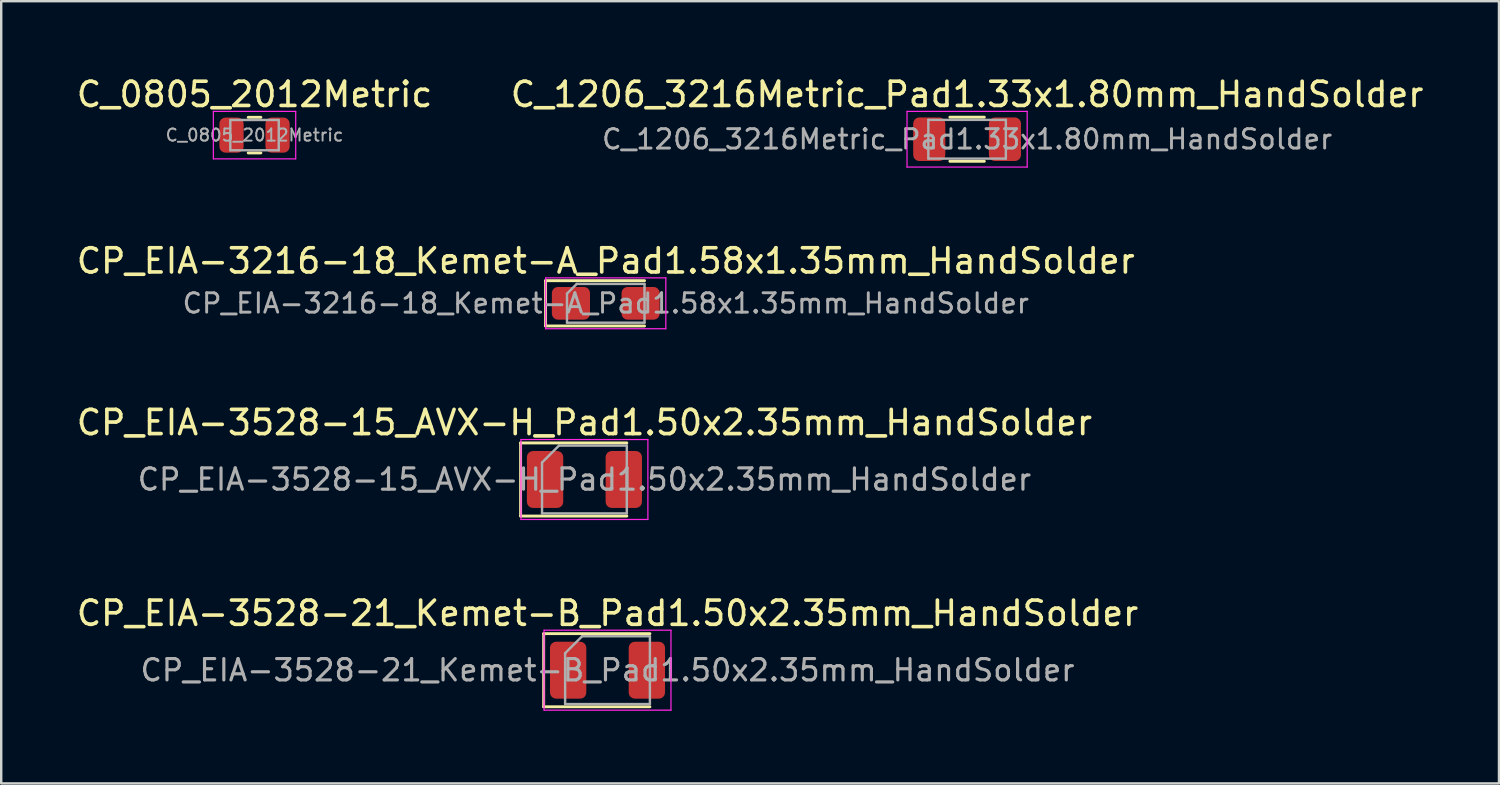
<source format=kicad_pcb>
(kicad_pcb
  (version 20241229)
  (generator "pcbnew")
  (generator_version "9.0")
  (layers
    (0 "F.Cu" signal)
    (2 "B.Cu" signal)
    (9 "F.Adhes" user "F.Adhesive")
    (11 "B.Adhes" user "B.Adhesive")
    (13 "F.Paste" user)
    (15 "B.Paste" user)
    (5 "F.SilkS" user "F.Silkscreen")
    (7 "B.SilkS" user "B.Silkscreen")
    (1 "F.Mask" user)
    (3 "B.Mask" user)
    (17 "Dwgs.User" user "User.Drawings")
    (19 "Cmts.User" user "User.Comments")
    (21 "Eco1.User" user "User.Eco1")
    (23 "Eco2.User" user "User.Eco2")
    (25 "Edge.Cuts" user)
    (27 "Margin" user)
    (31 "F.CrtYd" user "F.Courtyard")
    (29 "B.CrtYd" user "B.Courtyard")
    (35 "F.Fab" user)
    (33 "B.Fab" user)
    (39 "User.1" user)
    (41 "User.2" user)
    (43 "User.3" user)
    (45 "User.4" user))
  (footprint "C_0805_2012Metric"
    (layer "F.Cu")
    (at 7.458 2.528)
    (property "Reference" "C_0805_2012Metric" (at 0 -1.68 0) (layer "F.SilkS") (effects (font (size 1 1) (thickness 0.15))))
    (attr smd)
    (fp_line (start -0.261 -0.735) (end 0.261 -0.735) (stroke (width 0.12) (type solid)) (layer "F.SilkS"))
    (fp_line (start -0.261 0.735) (end 0.261 0.735) (stroke (width 0.12) (type solid)) (layer "F.SilkS"))
    (fp_line (start -1.7 -0.98) (end 1.7 -0.98) (stroke (width 0.05) (type solid)) (layer "F.CrtYd"))
    (fp_line (start -1.7 0.98) (end -1.7 -0.98) (stroke (width 0.05) (type solid)) (layer "F.CrtYd"))
    (fp_line (start 1.7 -0.98) (end 1.7 0.98) (stroke (width 0.05) (type solid)) (layer "F.CrtYd"))
    (fp_line (start 1.7 0.98) (end -1.7 0.98) (stroke (width 0.05) (type solid)) (layer "F.CrtYd"))
    (fp_line (start -1 -0.625) (end 1 -0.625) (stroke (width 0.1) (type solid)) (layer "F.Fab"))
    (fp_line (start -1 0.625) (end -1 -0.625) (stroke (width 0.1) (type solid)) (layer "F.Fab"))
    (fp_line (start 1 -0.625) (end 1 0.625) (stroke (width 0.1) (type solid)) (layer "F.Fab"))
    (fp_line (start 1 0.625) (end -1 0.625) (stroke (width 0.1) (type solid)) (layer "F.Fab"))
    (fp_text user "${REFERENCE}" (at 0 0 0) (layer "F.Fab") (effects (font (size 0.5 0.5) (thickness 0.08))))
    (pad "1" smd roundrect (at -0.95 0) (size 1 1.45) (layers "F.Cu" "F.Mask" "F.Paste") (roundrect_rratio 0.25))
    (pad "2" smd roundrect (at 0.95 0) (size 1 1.45) (layers "F.Cu" "F.Mask" "F.Paste") (roundrect_rratio 0.25)))
  (footprint "CP_EIA-3216-18_Kemet-A_Pad1.58x1.35mm_HandSolder"
    (layer "F.Cu")
    (at 21.958 9.472)
    (property "Reference" "CP_EIA-3216-18_Kemet-A_Pad1.58x1.35mm_HandSolder" (at 0 -1.75 0) (layer "F.SilkS") (effects (font (size 1 1) (thickness 0.15))))
    (attr smd)
    (fp_line (start -2.485 -0.935) (end -2.485 0.935) (stroke (width 0.12) (type solid)) (layer "F.SilkS"))
    (fp_line (start -2.485 0.935) (end 1.6 0.935) (stroke (width 0.12) (type solid)) (layer "F.SilkS"))
    (fp_line (start 1.6 -0.935) (end -2.485 -0.935) (stroke (width 0.12) (type solid)) (layer "F.SilkS"))
    (fp_line (start -2.48 -1.05) (end 2.48 -1.05) (stroke (width 0.05) (type solid)) (layer "F.CrtYd"))
    (fp_line (start -2.48 1.05) (end -2.48 -1.05) (stroke (width 0.05) (type solid)) (layer "F.CrtYd"))
    (fp_line (start 2.48 -1.05) (end 2.48 1.05) (stroke (width 0.05) (type solid)) (layer "F.CrtYd"))
    (fp_line (start 2.48 1.05) (end -2.48 1.05) (stroke (width 0.05) (type solid)) (layer "F.CrtYd"))
    (fp_line (start -1.6 -0.4) (end -1.6 0.8) (stroke (width 0.1) (type solid)) (layer "F.Fab"))
    (fp_line (start -1.6 0.8) (end 1.6 0.8) (stroke (width 0.1) (type solid)) (layer "F.Fab"))
    (fp_line (start -1.2 -0.8) (end -1.6 -0.4) (stroke (width 0.1) (type solid)) (layer "F.Fab"))
    (fp_line (start 1.6 -0.8) (end -1.2 -0.8) (stroke (width 0.1) (type solid)) (layer "F.Fab"))
    (fp_line (start 1.6 0.8) (end 1.6 -0.8) (stroke (width 0.1) (type solid)) (layer "F.Fab"))
    (fp_text user "${REFERENCE}" (at 0 0 0) (layer "F.Fab") (effects (font (size 0.8 0.8) (thickness 0.12))))
    (pad "1" smd roundrect (at -1.438 0) (size 1.575 1.35) (layers "F.Cu" "F.Mask" "F.Paste") (roundrect_rratio 0.185))
    (pad "2" smd roundrect (at 1.438 0) (size 1.575 1.35) (layers "F.Cu" "F.Mask" "F.Paste") (roundrect_rratio 0.185)))
  (footprint "CP_EIA-3528-21_Kemet-B_Pad1.50x2.35mm_HandSolder"
    (layer "F.Cu")
    (at 22.03 24.618)
    (property "Reference" "CP_EIA-3528-21_Kemet-B_Pad1.50x2.35mm_HandSolder" (at 0 -2.35 0) (layer "F.SilkS") (effects (font (size 1 1) (thickness 0.15))))
    (attr smd)
    (fp_line (start -2.635 -1.51) (end -2.635 1.51) (stroke (width 0.12) (type solid)) (layer "F.SilkS"))
    (fp_line (start -2.635 1.51) (end 1.75 1.51) (stroke (width 0.12) (type solid)) (layer "F.SilkS"))
    (fp_line (start 1.75 -1.51) (end -2.635 -1.51) (stroke (width 0.12) (type solid)) (layer "F.SilkS"))
    (fp_line (start -2.62 -1.65) (end 2.62 -1.65) (stroke (width 0.05) (type solid)) (layer "F.CrtYd"))
    (fp_line (start -2.62 1.65) (end -2.62 -1.65) (stroke (width 0.05) (type solid)) (layer "F.CrtYd"))
    (fp_line (start 2.62 -1.65) (end 2.62 1.65) (stroke (width 0.05) (type solid)) (layer "F.CrtYd"))
    (fp_line (start 2.62 1.65) (end -2.62 1.65) (stroke (width 0.05) (type solid)) (layer "F.CrtYd"))
    (fp_line (start -1.75 -0.7) (end -1.75 1.4) (stroke (width 0.1) (type solid)) (layer "F.Fab"))
    (fp_line (start -1.75 1.4) (end 1.75 1.4) (stroke (width 0.1) (type solid)) (layer "F.Fab"))
    (fp_line (start -1.05 -1.4) (end -1.75 -0.7) (stroke (width 0.1) (type solid)) (layer "F.Fab"))
    (fp_line (start 1.75 -1.4) (end -1.05 -1.4) (stroke (width 0.1) (type solid)) (layer "F.Fab"))
    (fp_line (start 1.75 1.4) (end 1.75 -1.4) (stroke (width 0.1) (type solid)) (layer "F.Fab"))
    (fp_text user "${REFERENCE}" (at 0 0 0) (layer "F.Fab") (effects (font (size 0.88 0.88) (thickness 0.13))))
    (pad "1" smd roundrect (at -1.625 0) (size 1.5 2.35) (layers "F.Cu" "F.Mask" "F.Paste") (roundrect_rratio 0.167))
    (pad "2" smd roundrect (at 1.625 0) (size 1.5 2.35) (layers "F.Cu" "F.Mask" "F.Paste") (roundrect_rratio 0.167)))
  (footprint "CP_EIA-3528-15_AVX-H_Pad1.50x2.35mm_HandSolder"
    (layer "F.Cu")
    (at 21.077 16.745)
    (property "Reference" "CP_EIA-3528-15_AVX-H_Pad1.50x2.35mm_HandSolder" (at 0 -2.35 0) (layer "F.SilkS") (effects (font (size 1 1) (thickness 0.15))))
    (attr smd)
    (fp_line (start -2.635 -1.51) (end -2.635 1.51) (stroke (width 0.12) (type solid)) (layer "F.SilkS"))
    (fp_line (start -2.635 1.51) (end 1.75 1.51) (stroke (width 0.12) (type solid)) (layer "F.SilkS"))
    (fp_line (start 1.75 -1.51) (end -2.635 -1.51) (stroke (width 0.12) (type solid)) (layer "F.SilkS"))
    (fp_line (start -2.62 -1.65) (end 2.62 -1.65) (stroke (width 0.05) (type solid)) (layer "F.CrtYd"))
    (fp_line (start -2.62 1.65) (end -2.62 -1.65) (stroke (width 0.05) (type solid)) (layer "F.CrtYd"))
    (fp_line (start 2.62 -1.65) (end 2.62 1.65) (stroke (width 0.05) (type solid)) (layer "F.CrtYd"))
    (fp_line (start 2.62 1.65) (end -2.62 1.65) (stroke (width 0.05) (type solid)) (layer "F.CrtYd"))
    (fp_line (start -1.75 -0.7) (end -1.75 1.4) (stroke (width 0.1) (type solid)) (layer "F.Fab"))
    (fp_line (start -1.75 1.4) (end 1.75 1.4) (stroke (width 0.1) (type solid)) (layer "F.Fab"))
    (fp_line (start -1.05 -1.4) (end -1.75 -0.7) (stroke (width 0.1) (type solid)) (layer "F.Fab"))
    (fp_line (start 1.75 -1.4) (end -1.05 -1.4) (stroke (width 0.1) (type solid)) (layer "F.Fab"))
    (fp_line (start 1.75 1.4) (end 1.75 -1.4) (stroke (width 0.1) (type solid)) (layer "F.Fab"))
    (fp_text user "${REFERENCE}" (at 0 0 0) (layer "F.Fab") (effects (font (size 0.88 0.88) (thickness 0.13))))
    (pad "1" smd roundrect (at -1.625 0) (size 1.5 2.35) (layers "F.Cu" "F.Mask" "F.Paste") (roundrect_rratio 0.167))
    (pad "2" smd roundrect (at 1.625 0) (size 1.5 2.35) (layers "F.Cu" "F.Mask" "F.Paste") (roundrect_rratio 0.167)))
  (footprint "C_1206_3216Metric_Pad1.33x1.80mm_HandSolder"
    (layer "F.Cu")
    (at 36.875 2.698)
    (property "Reference" "C_1206_3216Metric_Pad1.33x1.80mm_HandSolder" (at 0 -1.85 0) (layer "F.SilkS") (effects (font (size 1 1) (thickness 0.15))))
    (attr smd)
    (fp_line (start -0.711 -0.91) (end 0.711 -0.91) (stroke (width 0.12) (type solid)) (layer "F.SilkS"))
    (fp_line (start -0.711 0.91) (end 0.711 0.91) (stroke (width 0.12) (type solid)) (layer "F.SilkS"))
    (fp_line (start -2.48 -1.15) (end 2.48 -1.15) (stroke (width 0.05) (type solid)) (layer "F.CrtYd"))
    (fp_line (start -2.48 1.15) (end -2.48 -1.15) (stroke (width 0.05) (type solid)) (layer "F.CrtYd"))
    (fp_line (start 2.48 -1.15) (end 2.48 1.15) (stroke (width 0.05) (type solid)) (layer "F.CrtYd"))
    (fp_line (start 2.48 1.15) (end -2.48 1.15) (stroke (width 0.05) (type solid)) (layer "F.CrtYd"))
    (fp_line (start -1.6 -0.8) (end 1.6 -0.8) (stroke (width 0.1) (type solid)) (layer "F.Fab"))
    (fp_line (start -1.6 0.8) (end -1.6 -0.8) (stroke (width 0.1) (type solid)) (layer "F.Fab"))
    (fp_line (start 1.6 -0.8) (end 1.6 0.8) (stroke (width 0.1) (type solid)) (layer "F.Fab"))
    (fp_line (start 1.6 0.8) (end -1.6 0.8) (stroke (width 0.1) (type solid)) (layer "F.Fab"))
    (fp_text user "${REFERENCE}" (at 0 0 0) (layer "F.Fab") (effects (font (size 0.8 0.8) (thickness 0.12))))
    (pad "1" smd roundrect (at -1.562 0) (size 1.325 1.8) (layers "F.Cu" "F.Mask" "F.Paste") (roundrect_rratio 0.189))
    (pad "2" smd roundrect (at 1.562 0) (size 1.325 1.8) (layers "F.Cu" "F.Mask" "F.Paste") (roundrect_rratio 0.189)))
  (gr_rect
    (start -3 -3)
    (end 58.833 29.293)
    (stroke (width 0.1) (type default))
    (fill no)
    (layer "Edge.Cuts")))
</source>
